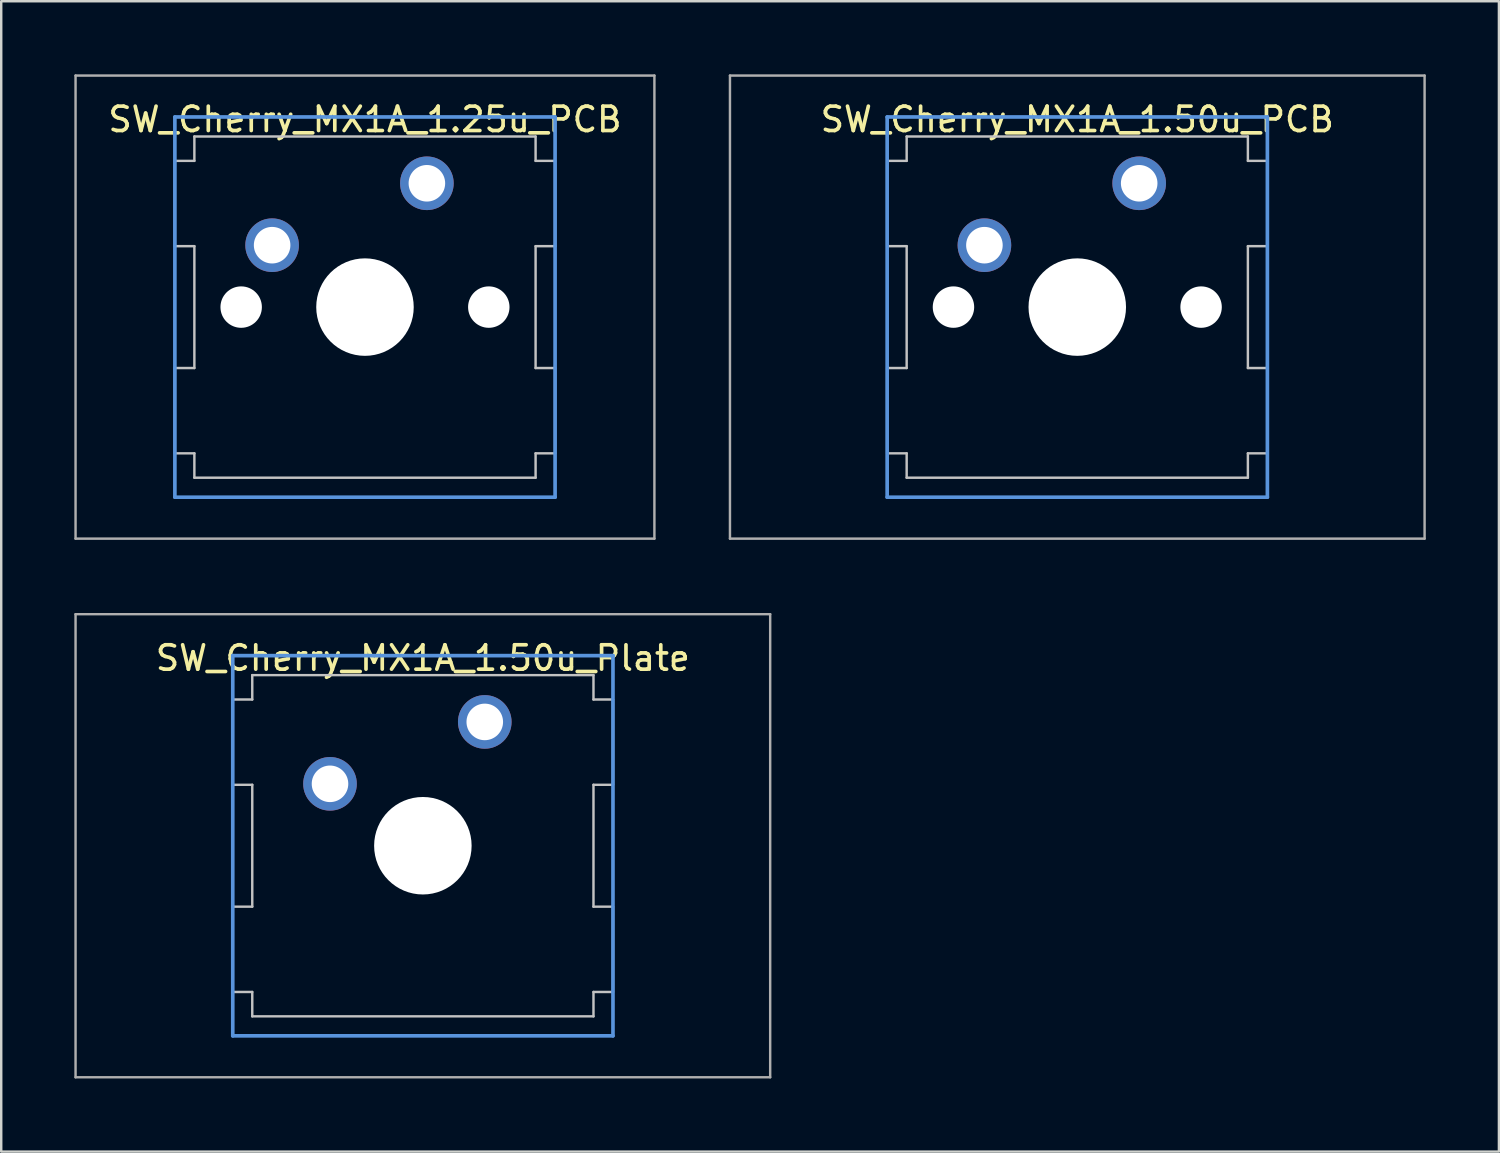
<source format=kicad_pcb>
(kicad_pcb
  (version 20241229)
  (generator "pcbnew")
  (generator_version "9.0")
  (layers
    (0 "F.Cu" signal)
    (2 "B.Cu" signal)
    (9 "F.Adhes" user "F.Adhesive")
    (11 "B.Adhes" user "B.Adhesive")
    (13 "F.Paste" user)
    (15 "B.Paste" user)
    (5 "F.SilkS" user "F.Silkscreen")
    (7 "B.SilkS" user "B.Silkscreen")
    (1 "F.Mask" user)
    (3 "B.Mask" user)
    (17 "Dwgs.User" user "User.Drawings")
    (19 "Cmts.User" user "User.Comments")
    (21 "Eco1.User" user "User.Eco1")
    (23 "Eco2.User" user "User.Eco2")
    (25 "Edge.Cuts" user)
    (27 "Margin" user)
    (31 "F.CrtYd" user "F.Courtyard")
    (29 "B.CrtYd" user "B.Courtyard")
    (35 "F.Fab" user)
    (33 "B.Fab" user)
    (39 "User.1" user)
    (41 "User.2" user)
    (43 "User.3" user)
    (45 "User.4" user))
  (footprint "SW_Cherry_MX1A_1.25u_PCB"
    (layer "F.Cu")
    (at 11.925 9.55)
    (property "Reference" "SW_Cherry_MX1A_1.25u_PCB" (at 0 -7.7 0) (layer "F.SilkS") (effects (font (size 1 1) (thickness 0.15))))
    (attr through_hole)
    (fp_line (start -7.8 -6) (end -7 -6) (stroke (width 0.1) (type solid)) (layer "Dwgs.User"))
    (fp_line (start -7.8 -2.5) (end -7.8 -6) (stroke (width 0.1) (type solid)) (layer "Dwgs.User"))
    (fp_line (start -7.8 -2.5) (end -7 -2.5) (stroke (width 0.1) (type solid)) (layer "Dwgs.User"))
    (fp_line (start -7.8 2.5) (end -7 2.5) (stroke (width 0.1) (type solid)) (layer "Dwgs.User"))
    (fp_line (start -7.8 6) (end -7.8 2.5) (stroke (width 0.1) (type solid)) (layer "Dwgs.User"))
    (fp_line (start -7.8 6) (end -7 6) (stroke (width 0.1) (type solid)) (layer "Dwgs.User"))
    (fp_line (start -7 -7) (end 7 -7) (stroke (width 0.1) (type solid)) (layer "Dwgs.User"))
    (fp_line (start -7 -6) (end -7 -7) (stroke (width 0.1) (type solid)) (layer "Dwgs.User"))
    (fp_line (start -7 -2.5) (end -7 2.5) (stroke (width 0.1) (type solid)) (layer "Dwgs.User"))
    (fp_line (start -7 7) (end -7 6) (stroke (width 0.1) (type solid)) (layer "Dwgs.User"))
    (fp_line (start -7 7) (end 7 7) (stroke (width 0.1) (type solid)) (layer "Dwgs.User"))
    (fp_line (start 7 -6) (end 7 -7) (stroke (width 0.1) (type solid)) (layer "Dwgs.User"))
    (fp_line (start 7 -6) (end 7.8 -6) (stroke (width 0.1) (type solid)) (layer "Dwgs.User"))
    (fp_line (start 7 -2.5) (end 7 2.5) (stroke (width 0.1) (type solid)) (layer "Dwgs.User"))
    (fp_line (start 7 -2.5) (end 7.8 -2.5) (stroke (width 0.1) (type solid)) (layer "Dwgs.User"))
    (fp_line (start 7 2.5) (end 7.8 2.5) (stroke (width 0.1) (type solid)) (layer "Dwgs.User"))
    (fp_line (start 7 6) (end 7.8 6) (stroke (width 0.1) (type solid)) (layer "Dwgs.User"))
    (fp_line (start 7 7) (end 7 6) (stroke (width 0.1) (type solid)) (layer "Dwgs.User"))
    (fp_line (start 7.8 -2.5) (end 7.8 -6) (stroke (width 0.1) (type solid)) (layer "Dwgs.User"))
    (fp_line (start 7.8 6) (end 7.8 2.5) (stroke (width 0.1) (type solid)) (layer "Dwgs.User"))
    (fp_line (start -7.8 -7.8) (end 7.8 -7.8) (stroke (width 0.15) (type solid)) (layer "Cmts.User"))
    (fp_line (start -7.8 7.8) (end -7.8 -7.8) (stroke (width 0.15) (type solid)) (layer "Cmts.User"))
    (fp_line (start 7.8 -7.8) (end 7.8 7.8) (stroke (width 0.15) (type solid)) (layer "Cmts.User"))
    (fp_line (start 7.8 7.8) (end -7.8 7.8) (stroke (width 0.15) (type solid)) (layer "Cmts.User"))
    (fp_line (start -11.875 -9.5) (end 11.875 -9.5) (stroke (width 0.1) (type solid)) (layer "F.Fab"))
    (fp_line (start -11.875 9.5) (end -11.875 -9.5) (stroke (width 0.1) (type solid)) (layer "F.Fab"))
    (fp_line (start 11.875 -9.5) (end 11.875 9.5) (stroke (width 0.1) (type solid)) (layer "F.Fab"))
    (fp_line (start 11.875 9.5) (end -11.875 9.5) (stroke (width 0.1) (type solid)) (layer "F.Fab"))
    (pad "" np_thru_hole circle (at -5.08 0) (size 1.7 1.7) (drill 1.7) (layers "*.Cu" "*.Mask"))
    (pad "" np_thru_hole circle (at 0 0) (size 4 4) (drill 4) (layers "*.Cu" "*.Mask"))
    (pad "" np_thru_hole circle (at 5.08 0) (size 1.7 1.7) (drill 1.7) (layers "*.Cu" "*.Mask"))
    (pad "1" thru_hole circle (at -3.81 -2.54) (size 2.2 2.2) (drill 1.5) (layers "*.Cu" "*.Mask"))
    (pad "2" thru_hole circle (at 2.54 -5.08) (size 2.2 2.2) (drill 1.5) (layers "*.Cu" "*.Mask")))
  (footprint "SW_Cherry_MX1A_1.50u_PCB"
    (layer "F.Cu")
    (at 41.15 9.55)
    (property "Reference" "SW_Cherry_MX1A_1.50u_PCB" (at 0 -7.7 0) (layer "F.SilkS") (effects (font (size 1 1) (thickness 0.15))))
    (attr through_hole)
    (fp_line (start -7.8 -6) (end -7 -6) (stroke (width 0.1) (type solid)) (layer "Dwgs.User"))
    (fp_line (start -7.8 -2.5) (end -7.8 -6) (stroke (width 0.1) (type solid)) (layer "Dwgs.User"))
    (fp_line (start -7.8 -2.5) (end -7 -2.5) (stroke (width 0.1) (type solid)) (layer "Dwgs.User"))
    (fp_line (start -7.8 2.5) (end -7 2.5) (stroke (width 0.1) (type solid)) (layer "Dwgs.User"))
    (fp_line (start -7.8 6) (end -7.8 2.5) (stroke (width 0.1) (type solid)) (layer "Dwgs.User"))
    (fp_line (start -7.8 6) (end -7 6) (stroke (width 0.1) (type solid)) (layer "Dwgs.User"))
    (fp_line (start -7 -7) (end 7 -7) (stroke (width 0.1) (type solid)) (layer "Dwgs.User"))
    (fp_line (start -7 -6) (end -7 -7) (stroke (width 0.1) (type solid)) (layer "Dwgs.User"))
    (fp_line (start -7 -2.5) (end -7 2.5) (stroke (width 0.1) (type solid)) (layer "Dwgs.User"))
    (fp_line (start -7 7) (end -7 6) (stroke (width 0.1) (type solid)) (layer "Dwgs.User"))
    (fp_line (start -7 7) (end 7 7) (stroke (width 0.1) (type solid)) (layer "Dwgs.User"))
    (fp_line (start 7 -6) (end 7 -7) (stroke (width 0.1) (type solid)) (layer "Dwgs.User"))
    (fp_line (start 7 -6) (end 7.8 -6) (stroke (width 0.1) (type solid)) (layer "Dwgs.User"))
    (fp_line (start 7 -2.5) (end 7 2.5) (stroke (width 0.1) (type solid)) (layer "Dwgs.User"))
    (fp_line (start 7 -2.5) (end 7.8 -2.5) (stroke (width 0.1) (type solid)) (layer "Dwgs.User"))
    (fp_line (start 7 2.5) (end 7.8 2.5) (stroke (width 0.1) (type solid)) (layer "Dwgs.User"))
    (fp_line (start 7 6) (end 7.8 6) (stroke (width 0.1) (type solid)) (layer "Dwgs.User"))
    (fp_line (start 7 7) (end 7 6) (stroke (width 0.1) (type solid)) (layer "Dwgs.User"))
    (fp_line (start 7.8 -2.5) (end 7.8 -6) (stroke (width 0.1) (type solid)) (layer "Dwgs.User"))
    (fp_line (start 7.8 6) (end 7.8 2.5) (stroke (width 0.1) (type solid)) (layer "Dwgs.User"))
    (fp_line (start -7.8 -7.8) (end 7.8 -7.8) (stroke (width 0.15) (type solid)) (layer "Cmts.User"))
    (fp_line (start -7.8 7.8) (end -7.8 -7.8) (stroke (width 0.15) (type solid)) (layer "Cmts.User"))
    (fp_line (start 7.8 -7.8) (end 7.8 7.8) (stroke (width 0.15) (type solid)) (layer "Cmts.User"))
    (fp_line (start 7.8 7.8) (end -7.8 7.8) (stroke (width 0.15) (type solid)) (layer "Cmts.User"))
    (fp_line (start -14.25 -9.5) (end 14.25 -9.5) (stroke (width 0.1) (type solid)) (layer "F.Fab"))
    (fp_line (start -14.25 9.5) (end -14.25 -9.5) (stroke (width 0.1) (type solid)) (layer "F.Fab"))
    (fp_line (start 14.25 -9.5) (end 14.25 9.5) (stroke (width 0.1) (type solid)) (layer "F.Fab"))
    (fp_line (start 14.25 9.5) (end -14.25 9.5) (stroke (width 0.1) (type solid)) (layer "F.Fab"))
    (pad "" np_thru_hole circle (at -5.08 0) (size 1.7 1.7) (drill 1.7) (layers "*.Cu" "*.Mask"))
    (pad "" np_thru_hole circle (at 0 0) (size 4 4) (drill 4) (layers "*.Cu" "*.Mask"))
    (pad "" np_thru_hole circle (at 5.08 0) (size 1.7 1.7) (drill 1.7) (layers "*.Cu" "*.Mask"))
    (pad "1" thru_hole circle (at -3.81 -2.54) (size 2.2 2.2) (drill 1.5) (layers "*.Cu" "*.Mask"))
    (pad "2" thru_hole circle (at 2.54 -5.08) (size 2.2 2.2) (drill 1.5) (layers "*.Cu" "*.Mask")))
  (footprint "SW_Cherry_MX1A_1.50u_Plate"
    (layer "F.Cu")
    (at 14.3 31.65)
    (property "Reference" "SW_Cherry_MX1A_1.50u_Plate" (at 0 -7.7 0) (layer "F.SilkS") (effects (font (size 1 1) (thickness 0.15))))
    (attr through_hole)
    (fp_line (start -7.8 -6) (end -7 -6) (stroke (width 0.1) (type solid)) (layer "Dwgs.User"))
    (fp_line (start -7.8 -2.5) (end -7.8 -6) (stroke (width 0.1) (type solid)) (layer "Dwgs.User"))
    (fp_line (start -7.8 -2.5) (end -7 -2.5) (stroke (width 0.1) (type solid)) (layer "Dwgs.User"))
    (fp_line (start -7.8 2.5) (end -7 2.5) (stroke (width 0.1) (type solid)) (layer "Dwgs.User"))
    (fp_line (start -7.8 6) (end -7.8 2.5) (stroke (width 0.1) (type solid)) (layer "Dwgs.User"))
    (fp_line (start -7.8 6) (end -7 6) (stroke (width 0.1) (type solid)) (layer "Dwgs.User"))
    (fp_line (start -7 -7) (end 7 -7) (stroke (width 0.1) (type solid)) (layer "Dwgs.User"))
    (fp_line (start -7 -6) (end -7 -7) (stroke (width 0.1) (type solid)) (layer "Dwgs.User"))
    (fp_line (start -7 -2.5) (end -7 2.5) (stroke (width 0.1) (type solid)) (layer "Dwgs.User"))
    (fp_line (start -7 7) (end -7 6) (stroke (width 0.1) (type solid)) (layer "Dwgs.User"))
    (fp_line (start -7 7) (end 7 7) (stroke (width 0.1) (type solid)) (layer "Dwgs.User"))
    (fp_line (start 7 -6) (end 7 -7) (stroke (width 0.1) (type solid)) (layer "Dwgs.User"))
    (fp_line (start 7 -6) (end 7.8 -6) (stroke (width 0.1) (type solid)) (layer "Dwgs.User"))
    (fp_line (start 7 -2.5) (end 7 2.5) (stroke (width 0.1) (type solid)) (layer "Dwgs.User"))
    (fp_line (start 7 -2.5) (end 7.8 -2.5) (stroke (width 0.1) (type solid)) (layer "Dwgs.User"))
    (fp_line (start 7 2.5) (end 7.8 2.5) (stroke (width 0.1) (type solid)) (layer "Dwgs.User"))
    (fp_line (start 7 6) (end 7.8 6) (stroke (width 0.1) (type solid)) (layer "Dwgs.User"))
    (fp_line (start 7 7) (end 7 6) (stroke (width 0.1) (type solid)) (layer "Dwgs.User"))
    (fp_line (start 7.8 -2.5) (end 7.8 -6) (stroke (width 0.1) (type solid)) (layer "Dwgs.User"))
    (fp_line (start 7.8 6) (end 7.8 2.5) (stroke (width 0.1) (type solid)) (layer "Dwgs.User"))
    (fp_line (start -7.8 -7.8) (end 7.8 -7.8) (stroke (width 0.15) (type solid)) (layer "Cmts.User"))
    (fp_line (start -7.8 7.8) (end -7.8 -7.8) (stroke (width 0.15) (type solid)) (layer "Cmts.User"))
    (fp_line (start 7.8 -7.8) (end 7.8 7.8) (stroke (width 0.15) (type solid)) (layer "Cmts.User"))
    (fp_line (start 7.8 7.8) (end -7.8 7.8) (stroke (width 0.15) (type solid)) (layer "Cmts.User"))
    (fp_line (start -14.25 -9.5) (end 14.25 -9.5) (stroke (width 0.1) (type solid)) (layer "F.Fab"))
    (fp_line (start -14.25 9.5) (end -14.25 -9.5) (stroke (width 0.1) (type solid)) (layer "F.Fab"))
    (fp_line (start 14.25 -9.5) (end 14.25 9.5) (stroke (width 0.1) (type solid)) (layer "F.Fab"))
    (fp_line (start 14.25 9.5) (end -14.25 9.5) (stroke (width 0.1) (type solid)) (layer "F.Fab"))
    (pad "" np_thru_hole circle (at 0 0) (size 4 4) (drill 4) (layers "*.Cu" "*.Mask"))
    (pad "1" thru_hole circle (at -3.81 -2.54) (size 2.2 2.2) (drill 1.5) (layers "*.Cu" "*.Mask"))
    (pad "2" thru_hole circle (at 2.54 -5.08) (size 2.2 2.2) (drill 1.5) (layers "*.Cu" "*.Mask")))
  (gr_rect
    (start -3 -3)
    (end 58.45 44.2)
    (stroke (width 0.1) (type default))
    (fill no)
    (layer "Edge.Cuts")))
</source>
